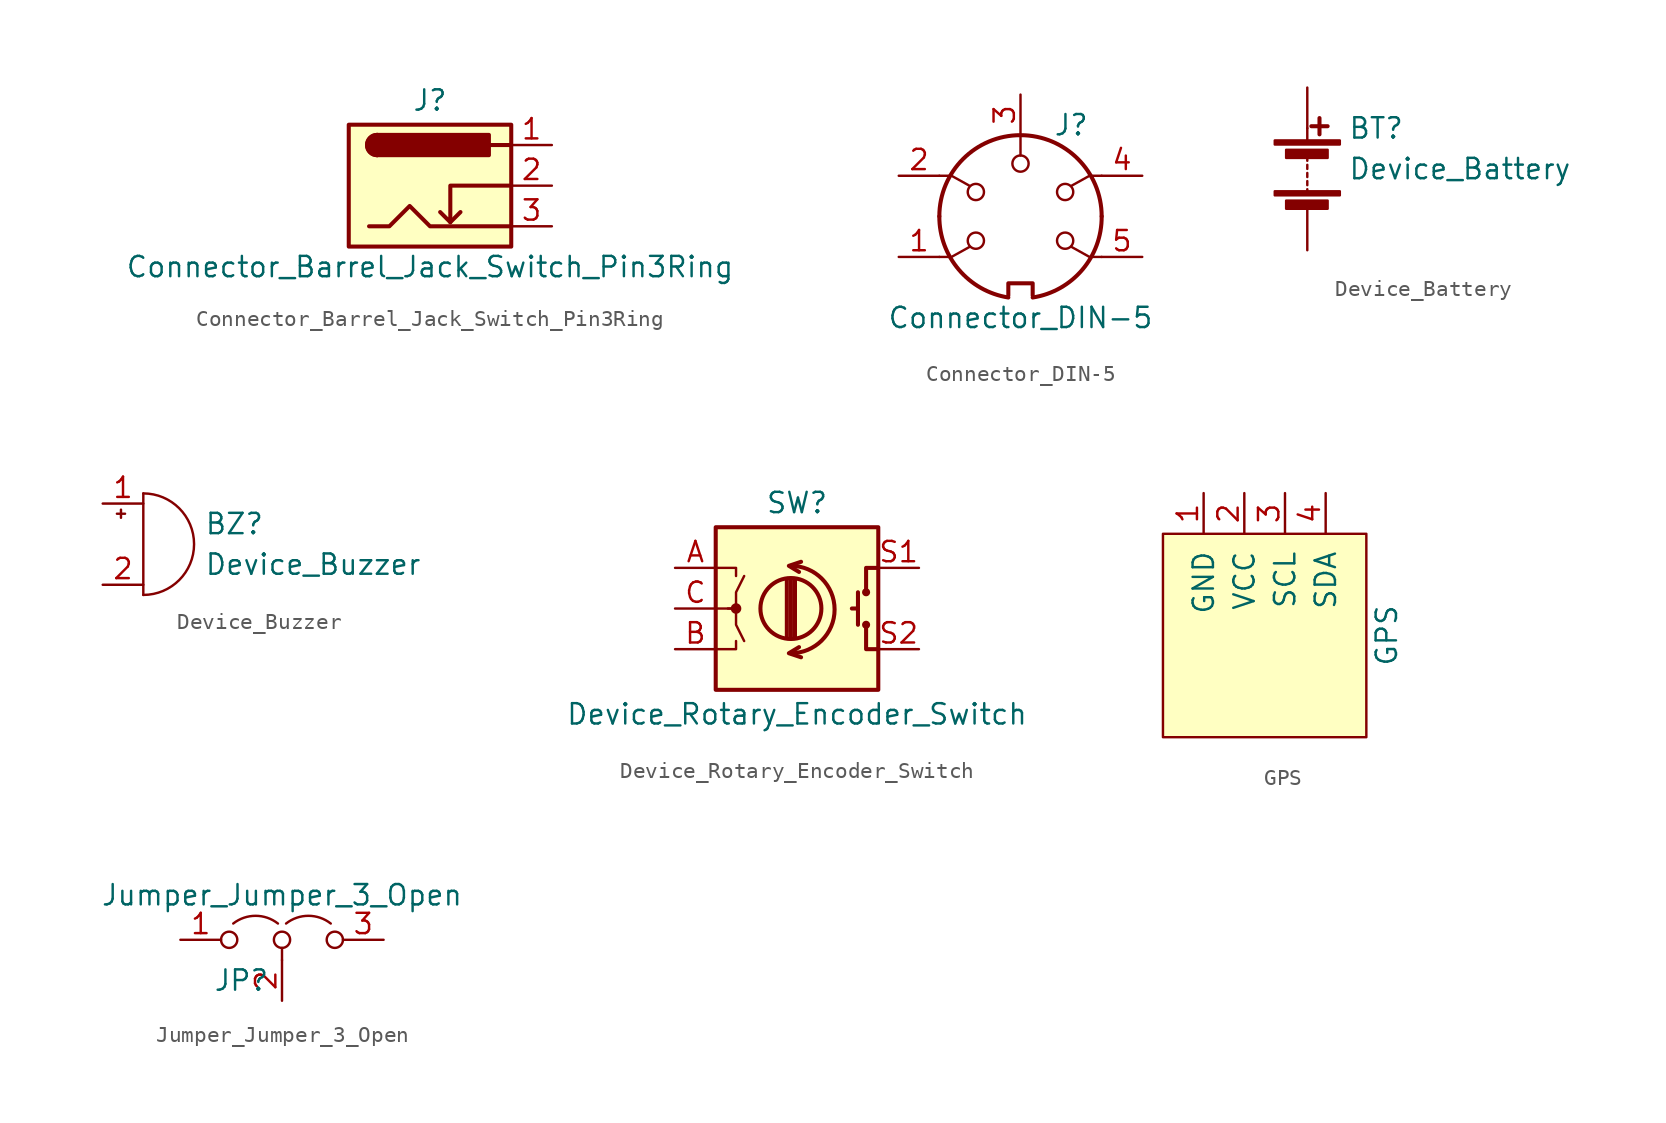
<source format=kicad_sym>
(kicad_symbol_lib
  (version 20211014)
  (generator kicad_symbol_editor)
  (symbol "Connector_Barrel_Jack_Switch_Pin3Ring"
    (pin_names hide)
    (property "Reference" "J"
      (at 0 5.334 0)
      (effects (font (size 1.27 1.27))))
    (property "Value" "Connector_Barrel_Jack_Switch_Pin3Ring"
      (at 0 -5.08 0)
      (effects (font (size 1.27 1.27))))
    (symbol "Connector_Barrel_Jack_Switch_Pin3Ring_0_1"
      (rectangle (start -5.08 3.81) (end 5.08 -3.81) (stroke (width 0.254) (type default) (color 0 0 0 0)) (fill (type background)))
      (arc (start -3.302 3.175) (mid -3.937 2.54) (end -3.302 1.905) (stroke (width 0.254) (type default) (color 0 0 0 0)) (fill (type none)))
      (arc (start -3.302 3.175) (mid -3.937 2.54) (end -3.302 1.905) (stroke (width 0.254) (type default) (color 0 0 0 0)) (fill (type outline)))
      (polyline (pts (xy 1.27 -2.286) (xy 1.905 -1.651)) (stroke (width 0.254) (type default) (color 0 0 0 0)) (fill (type none)))
      (polyline (pts (xy 5.08 2.54) (xy 3.81 2.54)) (stroke (width 0.254) (type default) (color 0 0 0 0)) (fill (type none)))
      (polyline (pts (xy 5.08 0) (xy 1.27 0) (xy 1.27 -2.286) (xy 0.635 -1.651)) (stroke (width 0.254) (type default) (color 0 0 0 0)) (fill (type none)))
      (polyline (pts (xy -3.81 -2.54) (xy -2.54 -2.54) (xy -1.27 -1.27) (xy 0 -2.54) (xy 2.54 -2.54) (xy 5.08 -2.54)) (stroke (width 0.254) (type default) (color 0 0 0 0)) (fill (type none)))
      (rectangle (start 3.683 3.175) (end -3.302 1.905) (stroke (width 0.254) (type default) (color 0 0 0 0)) (fill (type outline))))
    (symbol "Connector_Barrel_Jack_Switch_Pin3Ring_1_1"
      (pin passive line (at 7.62 2.54 180) (length 2.54) (name "~" (effects (font (size 1.27 1.27)))) (number "1" (effects (font (size 1.27 1.27)))))
      (pin passive line (at 7.62 0 180) (length 2.54) (name "~" (effects (font (size 1.27 1.27)))) (number "2" (effects (font (size 1.27 1.27)))))
      (pin passive line (at 7.62 -2.54 180) (length 2.54) (name "~" (effects (font (size 1.27 1.27)))) (number "3" (effects (font (size 1.27 1.27)))))))
  (symbol "Connector_DIN-5"
    (pin_names
      (offset 1.016))
    (property "Reference" "J"
      (at 3.175 5.715 0)
      (effects (font (size 1.27 1.27))))
    (property "Value" "Connector_DIN-5"
      (at 0 -6.35 0)
      (effects (font (size 1.27 1.27))))
    (symbol "Connector_DIN-5_0_1"
      (arc (start -5.08 0) (mid -3.8609 -3.3364) (end -0.762 -5.08) (stroke (width 0.254) (type default) (color 0 0 0 0)) (fill (type none)))
      (circle (center -2.794 -1.524) (radius 0.508) (stroke (width 0) (type default) (color 0 0 0 0)) (fill (type none)))
      (circle (center -2.794 1.524) (radius 0.508) (stroke (width 0) (type default) (color 0 0 0 0)) (fill (type none)))
      (polyline (pts (xy 0 5.08) (xy 0 3.81)) (stroke (width 0) (type default) (color 0 0 0 0)) (fill (type none)))
      (polyline (pts (xy -5.08 -2.54) (xy -4.318 -2.54) (xy -3.175 -1.905)) (stroke (width 0) (type default) (color 0 0 0 0)) (fill (type none)))
      (polyline (pts (xy -5.08 2.54) (xy -4.318 2.54) (xy -3.175 1.905)) (stroke (width 0) (type default) (color 0 0 0 0)) (fill (type none)))
      (polyline (pts (xy 5.08 -2.54) (xy 4.318 -2.54) (xy 3.175 -1.905)) (stroke (width 0) (type default) (color 0 0 0 0)) (fill (type none)))
      (polyline (pts (xy 5.08 2.54) (xy 4.318 2.54) (xy 3.175 1.905)) (stroke (width 0) (type default) (color 0 0 0 0)) (fill (type none)))
      (polyline (pts (xy -0.762 -4.953) (xy -0.762 -4.191) (xy 0.762 -4.191) (xy 0.762 -4.953)) (stroke (width 0.254) (type default) (color 0 0 0 0)) (fill (type none)))
      (circle (center 0 3.302) (radius 0.508) (stroke (width 0) (type default) (color 0 0 0 0)) (fill (type none)))
      (arc (start 0.762 -5.08) (mid 3.8685 -3.343) (end 5.08 0) (stroke (width 0.254) (type default) (color 0 0 0 0)) (fill (type none)))
      (circle (center 2.794 -1.524) (radius 0.508) (stroke (width 0) (type default) (color 0 0 0 0)) (fill (type none)))
      (circle (center 2.794 1.524) (radius 0.508) (stroke (width 0) (type default) (color 0 0 0 0)) (fill (type none)))
      (arc (start 5.08 0) (mid 0 5.08) (end -5.08 0) (stroke (width 0.254) (type default) (color 0 0 0 0)) (fill (type none))))
    (symbol "Connector_DIN-5_1_1"
      (pin passive line (at -7.62 -2.54 0) (length 2.54) (name "~" (effects (font (size 1.27 1.27)))) (number "1" (effects (font (size 1.27 1.27)))))
      (pin passive line (at -7.62 2.54 0) (length 2.54) (name "~" (effects (font (size 1.27 1.27)))) (number "2" (effects (font (size 1.27 1.27)))))
      (pin passive line (at 0 7.62 270) (length 2.54) (name "~" (effects (font (size 1.27 1.27)))) (number "3" (effects (font (size 1.27 1.27)))))
      (pin passive line (at 7.62 2.54 180) (length 2.54) (name "~" (effects (font (size 1.27 1.27)))) (number "4" (effects (font (size 1.27 1.27)))))
      (pin passive line (at 7.62 -2.54 180) (length 2.54) (name "~" (effects (font (size 1.27 1.27)))) (number "5" (effects (font (size 1.27 1.27)))))))
  (symbol "Device_Battery"
    (pin_numbers hide)
    (pin_names
      (offset 0) hide)
    (property "Reference" "BT"
      (at 2.54 2.54 0)
      (effects (font (size 1.27 1.27)) (justify left)))
    (property "Value" "Device_Battery"
      (at 2.54 0 0)
      (effects (font (size 1.27 1.27)) (justify left)))
    (symbol "Device_Battery_0_1"
      (rectangle (start -2.032 -1.397) (end 2.032 -1.651) (stroke (width 0) (type default) (color 0 0 0 0)) (fill (type outline)))
      (rectangle (start -2.032 1.778) (end 2.032 1.524) (stroke (width 0) (type default) (color 0 0 0 0)) (fill (type outline)))
      (rectangle (start -1.321 -1.981) (end 1.27 -2.489) (stroke (width 0) (type default) (color 0 0 0 0)) (fill (type outline)))
      (rectangle (start -1.321 1.194) (end 1.27 0.686) (stroke (width 0) (type default) (color 0 0 0 0)) (fill (type outline)))
      (polyline (pts (xy 0 -1.524) (xy 0 -1.27)) (stroke (width 0) (type default) (color 0 0 0 0)) (fill (type none)))
      (polyline (pts (xy 0 -1.016) (xy 0 -0.762)) (stroke (width 0) (type default) (color 0 0 0 0)) (fill (type none)))
      (polyline (pts (xy 0 -0.508) (xy 0 -0.254)) (stroke (width 0) (type default) (color 0 0 0 0)) (fill (type none)))
      (polyline (pts (xy 0 0) (xy 0 0.254)) (stroke (width 0) (type default) (color 0 0 0 0)) (fill (type none)))
      (polyline (pts (xy 0 0.508) (xy 0 0.762)) (stroke (width 0) (type default) (color 0 0 0 0)) (fill (type none)))
      (polyline (pts (xy 0 1.778) (xy 0 2.54)) (stroke (width 0) (type default) (color 0 0 0 0)) (fill (type none)))
      (polyline (pts (xy 0.254 2.667) (xy 1.27 2.667)) (stroke (width 0.254) (type default) (color 0 0 0 0)) (fill (type none)))
      (polyline (pts (xy 0.762 3.175) (xy 0.762 2.159)) (stroke (width 0.254) (type default) (color 0 0 0 0)) (fill (type none))))
    (symbol "Device_Battery_1_1"
      (pin passive line (at 0 5.08 270) (length 2.54) (name "+" (effects (font (size 1.27 1.27)))) (number "1" (effects (font (size 1.27 1.27)))))
      (pin passive line (at 0 -5.08 90) (length 2.54) (name "-" (effects (font (size 1.27 1.27)))) (number "2" (effects (font (size 1.27 1.27)))))))
  (symbol "Device_Buzzer"
    (pin_names
      (offset 0.025) hide)
    (property "Reference" "BZ"
      (at 3.81 1.27 0)
      (effects (font (size 1.27 1.27)) (justify left)))
    (property "Value" "Device_Buzzer"
      (at 3.81 -1.27 0)
      (effects (font (size 1.27 1.27)) (justify left)))
    (symbol "Device_Buzzer_0_1"
      (arc (start 0 -3.175) (mid 3.175 0) (end 0 3.175) (stroke (width 0) (type default) (color 0 0 0 0)) (fill (type none)))
      (polyline (pts (xy -1.651 1.905) (xy -1.143 1.905)) (stroke (width 0) (type default) (color 0 0 0 0)) (fill (type none)))
      (polyline (pts (xy -1.397 2.159) (xy -1.397 1.651)) (stroke (width 0) (type default) (color 0 0 0 0)) (fill (type none)))
      (polyline (pts (xy 0 3.175) (xy 0 -3.175)) (stroke (width 0) (type default) (color 0 0 0 0)) (fill (type none))))
    (symbol "Device_Buzzer_1_1"
      (pin passive line (at -2.54 2.54 0) (length 2.54) (name "-" (effects (font (size 1.27 1.27)))) (number "1" (effects (font (size 1.27 1.27)))))
      (pin passive line (at -2.54 -2.54 0) (length 2.54) (name "+" (effects (font (size 1.27 1.27)))) (number "2" (effects (font (size 1.27 1.27)))))))
  (symbol "Device_Rotary_Encoder_Switch"
    (pin_names
      (offset 0.254) hide)
    (property "Reference" "SW"
      (at 0 6.604 0)
      (effects (font (size 1.27 1.27))))
    (property "Value" "Device_Rotary_Encoder_Switch"
      (at 0 -6.604 0)
      (effects (font (size 1.27 1.27))))
    (symbol "Device_Rotary_Encoder_Switch_0_1"
      (rectangle (start -5.08 5.08) (end 5.08 -5.08) (stroke (width 0.254) (type default) (color 0 0 0 0)) (fill (type background)))
      (circle (center -3.81 0) (radius 0.254) (stroke (width 0) (type default) (color 0 0 0 0)) (fill (type outline)))
      (arc (start -0.381 -2.794) (mid 2.3622 -0.0508) (end -0.381 2.667) (stroke (width 0.254) (type default) (color 0 0 0 0)) (fill (type none)))
      (circle (center -0.381 0) (radius 1.905) (stroke (width 0.254) (type default) (color 0 0 0 0)) (fill (type none)))
      (polyline (pts (xy -0.635 -1.778) (xy -0.635 1.778)) (stroke (width 0.254) (type default) (color 0 0 0 0)) (fill (type none)))
      (polyline (pts (xy -0.381 -1.778) (xy -0.381 1.778)) (stroke (width 0.254) (type default) (color 0 0 0 0)) (fill (type none)))
      (polyline (pts (xy -0.127 1.778) (xy -0.127 -1.778)) (stroke (width 0.254) (type default) (color 0 0 0 0)) (fill (type none)))
      (polyline (pts (xy 3.81 0) (xy 3.429 0)) (stroke (width 0.254) (type default) (color 0 0 0 0)) (fill (type none)))
      (polyline (pts (xy 3.81 1.016) (xy 3.81 -1.016)) (stroke (width 0.254) (type default) (color 0 0 0 0)) (fill (type none)))
      (polyline (pts (xy -5.08 -2.54) (xy -3.81 -2.54) (xy -3.81 -2.032)) (stroke (width 0) (type default) (color 0 0 0 0)) (fill (type none)))
      (polyline (pts (xy -5.08 2.54) (xy -3.81 2.54) (xy -3.81 2.032)) (stroke (width 0) (type default) (color 0 0 0 0)) (fill (type none)))
      (polyline (pts (xy 0.254 -3.048) (xy -0.508 -2.794) (xy 0.127 -2.413)) (stroke (width 0.254) (type default) (color 0 0 0 0)) (fill (type none)))
      (polyline (pts (xy 0.254 2.921) (xy -0.508 2.667) (xy 0.127 2.286)) (stroke (width 0.254) (type default) (color 0 0 0 0)) (fill (type none)))
      (polyline (pts (xy 5.08 -2.54) (xy 4.318 -2.54) (xy 4.318 -1.016)) (stroke (width 0.254) (type default) (color 0 0 0 0)) (fill (type none)))
      (polyline (pts (xy 5.08 2.54) (xy 4.318 2.54) (xy 4.318 1.016)) (stroke (width 0.254) (type default) (color 0 0 0 0)) (fill (type none)))
      (polyline (pts (xy -5.08 0) (xy -3.81 0) (xy -3.81 -1.016) (xy -3.302 -2.032)) (stroke (width 0) (type default) (color 0 0 0 0)) (fill (type none)))
      (polyline (pts (xy -4.318 0) (xy -3.81 0) (xy -3.81 1.016) (xy -3.302 2.032)) (stroke (width 0) (type default) (color 0 0 0 0)) (fill (type none)))
      (circle (center 4.318 -1.016) (radius 0.127) (stroke (width 0.254) (type default) (color 0 0 0 0)) (fill (type none)))
      (circle (center 4.318 1.016) (radius 0.127) (stroke (width 0.254) (type default) (color 0 0 0 0)) (fill (type none))))
    (symbol "Device_Rotary_Encoder_Switch_1_1"
      (pin passive line (at -7.62 2.54 0) (length 2.54) (name "A" (effects (font (size 1.27 1.27)))) (number "A" (effects (font (size 1.27 1.27)))))
      (pin passive line (at -7.62 -2.54 0) (length 2.54) (name "B" (effects (font (size 1.27 1.27)))) (number "B" (effects (font (size 1.27 1.27)))))
      (pin passive line (at -7.62 0 0) (length 2.54) (name "C" (effects (font (size 1.27 1.27)))) (number "C" (effects (font (size 1.27 1.27)))))
      (pin passive line (at 7.62 2.54 180) (length 2.54) (name "S1" (effects (font (size 1.27 1.27)))) (number "S1" (effects (font (size 1.27 1.27)))))
      (pin passive line (at 7.62 -2.54 180) (length 2.54) (name "S2" (effects (font (size 1.27 1.27)))) (number "S2" (effects (font (size 1.27 1.27)))))))
  (symbol "GPS"
    (pin_names
      (offset 1.016))
    (property "Reference" "Brd"
      (at -7.62 0 90)
      (effects (font (size 1.27 1.27)) hide))
    (property "Value" "GPS"
      (at 7.62 0 90)
      (effects (font (size 1.27 1.27))))
    (symbol "GPS_0_1"
      (rectangle (start -6.35 6.35) (end 6.35 -6.35) (stroke (width 0) (type default) (color 0 0 0 0)) (fill (type background))))
    (symbol "GPS_1_1"
      (pin input line (at -3.81 8.89 270) (length 2.54) (name "GND" (effects (font (size 1.27 1.27)))) (number "1" (effects (font (size 1.27 1.27)))))
      (pin input line (at -1.27 8.89 270) (length 2.54) (name "VCC" (effects (font (size 1.27 1.27)))) (number "2" (effects (font (size 1.27 1.27)))))
      (pin input line (at 1.27 8.89 270) (length 2.54) (name "SCL" (effects (font (size 1.27 1.27)))) (number "3" (effects (font (size 1.27 1.27)))))
      (pin input line (at 3.81 8.89 270) (length 2.54) (name "SDA" (effects (font (size 1.27 1.27)))) (number "4" (effects (font (size 1.27 1.27)))))))
  (symbol "Jumper_Jumper_3_Open"
    (pin_names
      (offset 0) hide)
    (property "Reference" "JP"
      (at -2.54 -2.54 0)
      (effects (font (size 1.27 1.27))))
    (property "Value" "Jumper_Jumper_3_Open"
      (at 0 2.794 0)
      (effects (font (size 1.27 1.27))))
    (symbol "Jumper_Jumper_3_Open_0_0"
      (circle (center -3.302 0) (radius 0.508) (stroke (width 0) (type default) (color 0 0 0 0)) (fill (type none)))
      (circle (center 0 0) (radius 0.508) (stroke (width 0) (type default) (color 0 0 0 0)) (fill (type none)))
      (circle (center 3.302 0) (radius 0.508) (stroke (width 0) (type default) (color 0 0 0 0)) (fill (type none))))
    (symbol "Jumper_Jumper_3_Open_0_1"
      (arc (start -0.254 1.016) (mid -1.651 1.4992) (end -3.048 1.016) (stroke (width 0) (type default) (color 0 0 0 0)) (fill (type none)))
      (polyline (pts (xy 0 -0.508) (xy 0 -1.27)) (stroke (width 0) (type default) (color 0 0 0 0)) (fill (type none)))
      (arc (start 3.048 1.016) (mid 1.651 1.4992) (end 0.254 1.016) (stroke (width 0) (type default) (color 0 0 0 0)) (fill (type none))))
    (symbol "Jumper_Jumper_3_Open_1_1"
      (pin passive line (at -6.35 0 0) (length 2.54) (name "A" (effects (font (size 1.27 1.27)))) (number "1" (effects (font (size 1.27 1.27)))))
      (pin input line (at 0 -3.81 90) (length 2.54) (name "C" (effects (font (size 1.27 1.27)))) (number "2" (effects (font (size 1.27 1.27)))))
      (pin passive line (at 6.35 0 180) (length 2.54) (name "B" (effects (font (size 1.27 1.27)))) (number "3" (effects (font (size 1.27 1.27))))))))
</source>
